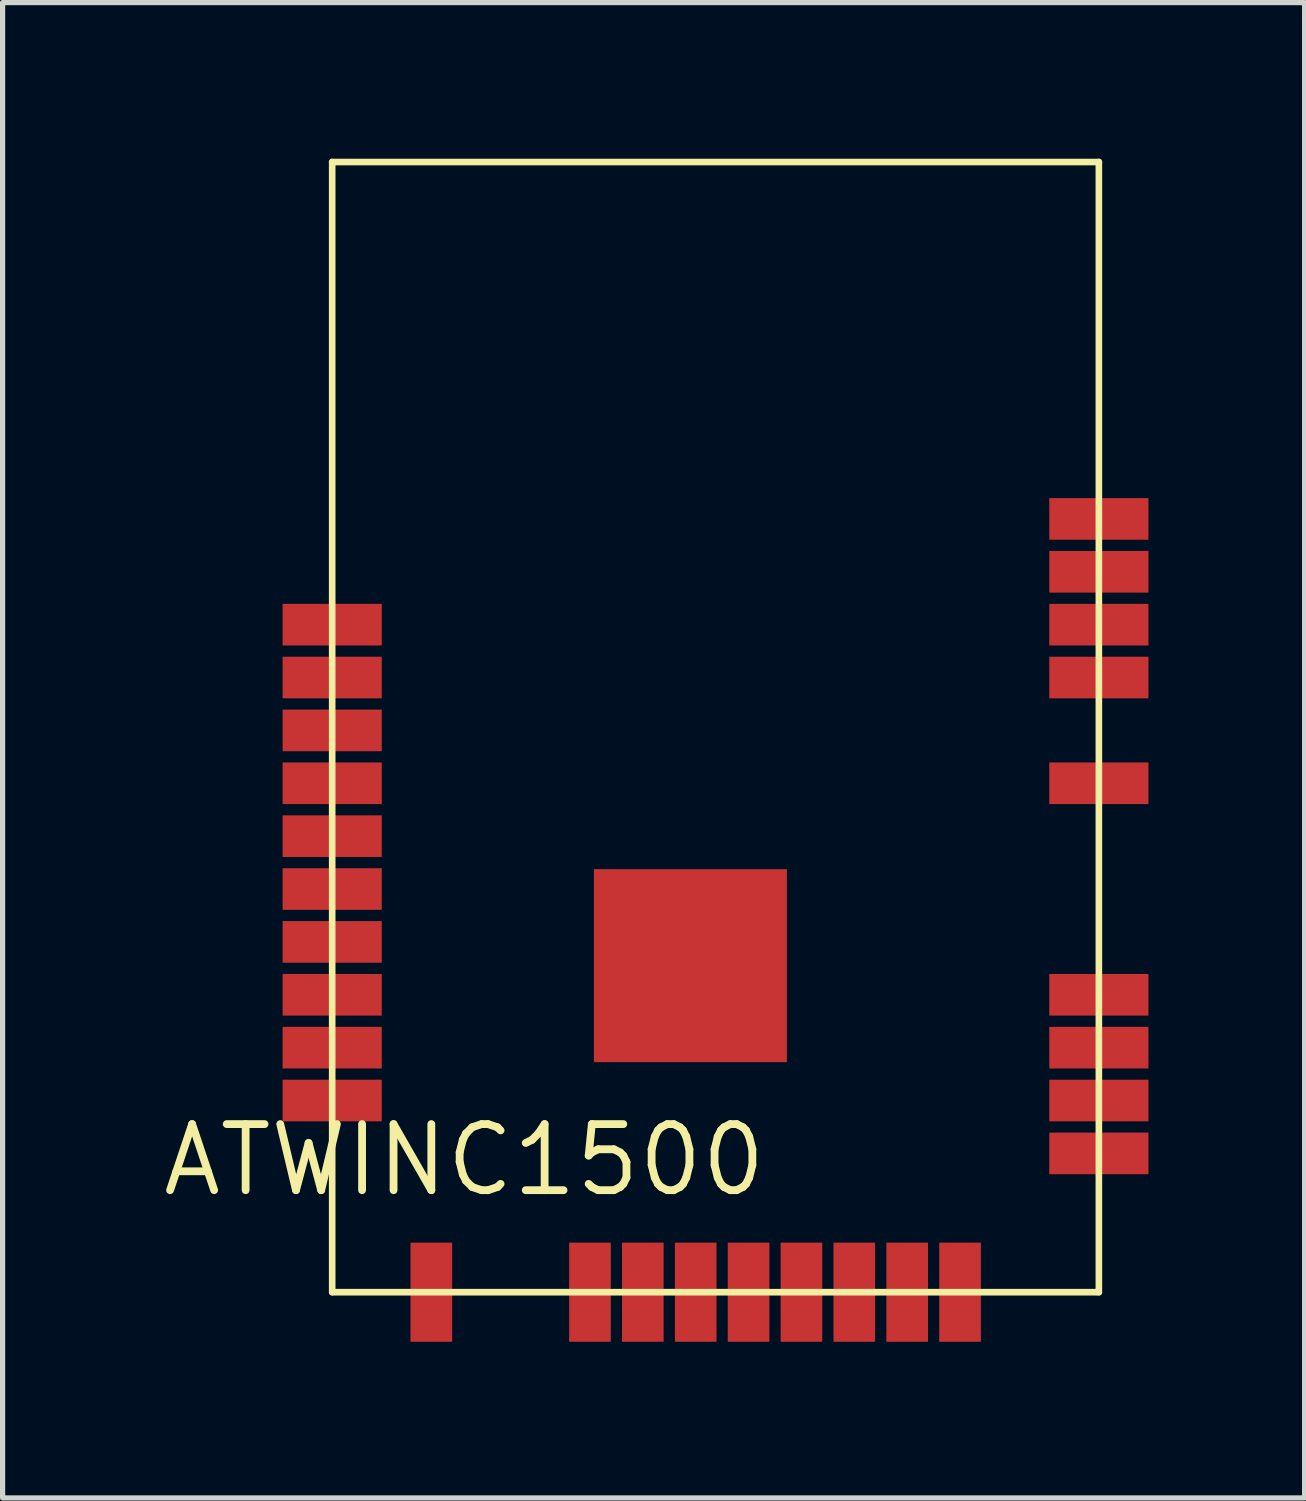
<source format=kicad_pcb>
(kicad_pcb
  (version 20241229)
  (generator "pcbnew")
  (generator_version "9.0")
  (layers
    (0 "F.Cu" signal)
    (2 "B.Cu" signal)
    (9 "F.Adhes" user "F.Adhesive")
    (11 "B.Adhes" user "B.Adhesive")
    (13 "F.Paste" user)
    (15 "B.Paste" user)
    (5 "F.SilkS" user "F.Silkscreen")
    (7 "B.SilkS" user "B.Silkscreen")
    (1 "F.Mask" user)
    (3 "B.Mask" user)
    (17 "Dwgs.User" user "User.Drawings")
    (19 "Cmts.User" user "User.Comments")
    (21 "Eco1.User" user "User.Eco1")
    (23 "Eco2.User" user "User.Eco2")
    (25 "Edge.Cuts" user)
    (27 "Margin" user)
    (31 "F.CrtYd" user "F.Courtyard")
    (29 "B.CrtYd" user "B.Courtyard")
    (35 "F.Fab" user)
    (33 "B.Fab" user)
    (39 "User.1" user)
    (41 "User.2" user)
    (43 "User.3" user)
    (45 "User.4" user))
  (footprint "ATWINC1500"
    (layer "F.Cu")
    (at 3.333 21.78)
    (property "Reference" "ATWINC1500" (at 2.54 -2.54 0) (layer "F.SilkS") (effects (font (size 1.27 1.27) (thickness 0.15))))
    (attr smd)
    (fp_line (start 0 -21.717) (end 14.732 -21.717) (stroke (width 0.127) (type solid)) (layer "F.SilkS"))
    (fp_line (start 0 0) (end 0 -21.717) (stroke (width 0.127) (type solid)) (layer "F.SilkS"))
    (fp_line (start 14.732 -21.717) (end 14.732 0) (stroke (width 0.127) (type solid)) (layer "F.SilkS"))
    (fp_line (start 14.732 0) (end 0 0) (stroke (width 0.127) (type solid)) (layer "F.SilkS"))
    (pad "1" smd rect (at 14.732 -2.667 180) (size 1.905 0.8) (layers "F.Cu" "F.Mask" "F.Paste"))
    (pad "2" smd rect (at 14.732 -3.683 180) (size 1.905 0.8) (layers "F.Cu" "F.Mask" "F.Paste"))
    (pad "3" smd rect (at 14.732 -4.699 180) (size 1.905 0.8) (layers "F.Cu" "F.Mask" "F.Paste"))
    (pad "4" smd rect (at 14.732 -5.715 180) (size 1.905 0.8) (layers "F.Cu" "F.Mask" "F.Paste"))
    (pad "5" smd rect (at 14.732 -9.779 180) (size 1.905 0.8) (layers "F.Cu" "F.Mask" "F.Paste"))
    (pad "6" smd rect (at 14.732 -11.811 180) (size 1.905 0.8) (layers "F.Cu" "F.Mask" "F.Paste"))
    (pad "7" smd rect (at 14.732 -12.827 180) (size 1.905 0.8) (layers "F.Cu" "F.Mask" "F.Paste"))
    (pad "8" smd rect (at 14.732 -13.843 180) (size 1.905 0.8) (layers "F.Cu" "F.Mask" "F.Paste"))
    (pad "9" smd rect (at 14.732 -14.859 180) (size 1.905 0.8) (layers "F.Cu" "F.Mask" "F.Paste"))
    (pad "10" smd rect (at 0 -12.827) (size 1.905 0.8) (layers "F.Cu" "F.Mask" "F.Paste"))
    (pad "11" smd rect (at 0 -11.811) (size 1.905 0.8) (layers "F.Cu" "F.Mask" "F.Paste"))
    (pad "12" smd rect (at 0 -10.795) (size 1.905 0.8) (layers "F.Cu" "F.Mask" "F.Paste"))
    (pad "13" smd rect (at 0 -9.779) (size 1.905 0.8) (layers "F.Cu" "F.Mask" "F.Paste"))
    (pad "14" smd rect (at 0 -8.763) (size 1.905 0.8) (layers "F.Cu" "F.Mask" "F.Paste"))
    (pad "15" smd rect (at 0 -7.747) (size 1.905 0.8) (layers "F.Cu" "F.Mask" "F.Paste"))
    (pad "16" smd rect (at 0 -6.731) (size 1.905 0.8) (layers "F.Cu" "F.Mask" "F.Paste"))
    (pad "17" smd rect (at 0 -5.715) (size 1.905 0.8) (layers "F.Cu" "F.Mask" "F.Paste"))
    (pad "18" smd rect (at 0 -4.699) (size 1.905 0.8) (layers "F.Cu" "F.Mask" "F.Paste"))
    (pad "19" smd rect (at 0 -3.683) (size 1.905 0.8) (layers "F.Cu" "F.Mask" "F.Paste"))
    (pad "20" smd rect (at 1.905 0 90) (size 1.905 0.8) (layers "F.Cu" "F.Mask" "F.Paste"))
    (pad "21" smd rect (at 4.953 0 90) (size 1.905 0.8) (layers "F.Cu" "F.Mask" "F.Paste"))
    (pad "22" smd rect (at 5.969 0 90) (size 1.905 0.8) (layers "F.Cu" "F.Mask" "F.Paste"))
    (pad "23" smd rect (at 6.985 0 90) (size 1.905 0.8) (layers "F.Cu" "F.Mask" "F.Paste"))
    (pad "24" smd rect (at 8.001 0 90) (size 1.905 0.8) (layers "F.Cu" "F.Mask" "F.Paste"))
    (pad "25" smd rect (at 9.017 0 90) (size 1.905 0.8) (layers "F.Cu" "F.Mask" "F.Paste"))
    (pad "26" smd rect (at 10.033 0 90) (size 1.905 0.8) (layers "F.Cu" "F.Mask" "F.Paste"))
    (pad "27" smd rect (at 11.049 0 90) (size 1.905 0.8) (layers "F.Cu" "F.Mask" "F.Paste"))
    (pad "28" smd rect (at 12.065 0 90) (size 1.905 0.8) (layers "F.Cu" "F.Mask" "F.Paste"))
    (pad "29" smd rect (at 6.883 -6.274) (size 3.708 3.708) (layers "F.Cu" "F.Mask" "F.Paste")))
  (gr_rect
    (start -3 -3)
    (end 22.018 25.733)
    (stroke (width 0.1) (type default))
    (fill no)
    (layer "Edge.Cuts")))
</source>
